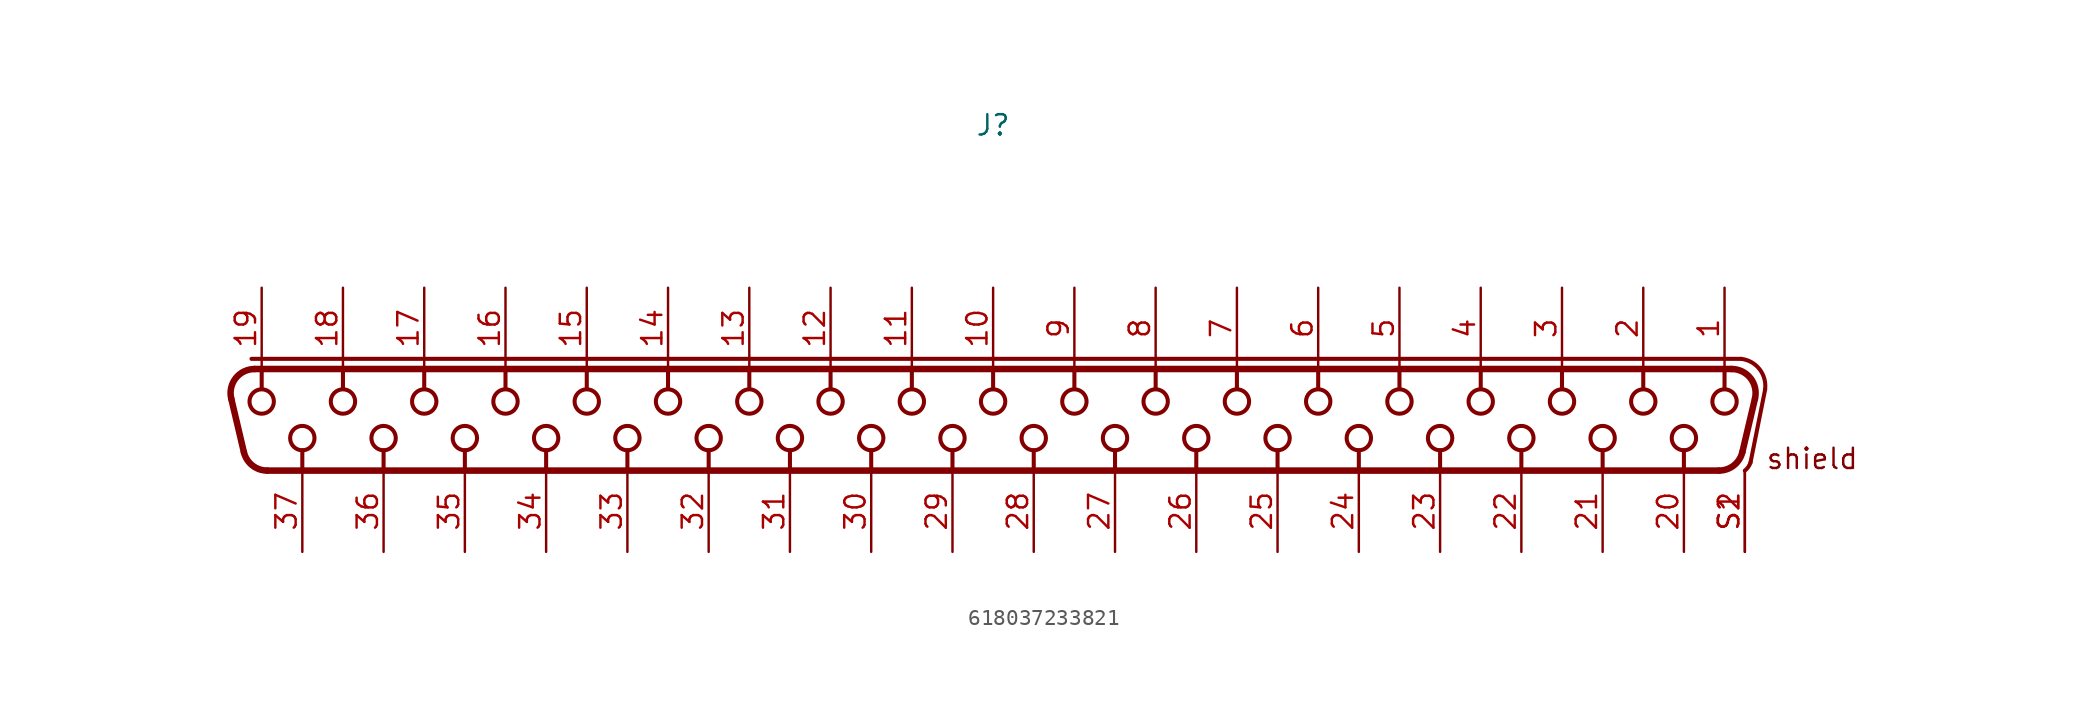
<source format=kicad_sym>
(kicad_symbol_lib
  (version 20241209)
  (generator "kicad_symbol_editor")
  (generator_version "9.0")
  (symbol "618037233821"
    (pin_names
      (hide yes))
    (property "Reference" "J"
      (at 0 17.78 0)
      (effects (font (size 1.27 1.27))))
    (symbol "618037233821_1_0"
      (polyline (pts (xy -46.833 -2.655) (xy -47.624 0.695)) (stroke (width 0.406) (type solid)) (fill (type none)))
      (polyline (pts (xy -46.355 3.175) (xy 46.76 3.175)) (stroke (width 0.254) (type solid)) (fill (type none)))
      (polyline (pts (xy -46.164 2.54) (xy 46.164 2.54)) (stroke (width 0.406) (type solid)) (fill (type none)))
      (arc (start -47.6242 0.695) (mid -47.3407 1.9707) (end -46.1643 2.54) (stroke (width 0.4064) (type solid)) (fill (type none)))
      (polyline (pts (xy -45.72 2.58) (xy -45.72 1.3)) (stroke (width 0.254) (type solid)) (fill (type none)))
      (circle (center -45.72 0.508) (radius 0.762) (stroke (width 0.254) (type solid)) (fill (type none)))
      (arc (start -45.373 -3.81) (mid -46.3038 -3.4862) (end -46.8328 -2.6547) (stroke (width 0.4064) (type solid)) (fill (type none)))
      (circle (center -43.18 -1.778) (radius 0.762) (stroke (width 0.254) (type solid)) (fill (type none)))
      (polyline (pts (xy -43.18 -2.54) (xy -43.18 -3.82)) (stroke (width 0.254) (type solid)) (fill (type none)))
      (polyline (pts (xy -40.64 2.58) (xy -40.64 1.3)) (stroke (width 0.254) (type solid)) (fill (type none)))
      (circle (center -40.64 0.508) (radius 0.762) (stroke (width 0.254) (type solid)) (fill (type none)))
      (circle (center -38.1 -1.778) (radius 0.762) (stroke (width 0.254) (type solid)) (fill (type none)))
      (polyline (pts (xy -38.1 -2.54) (xy -38.1 -3.82)) (stroke (width 0.254) (type solid)) (fill (type none)))
      (polyline (pts (xy -35.56 2.58) (xy -35.56 1.3)) (stroke (width 0.254) (type solid)) (fill (type none)))
      (circle (center -35.56 0.508) (radius 0.762) (stroke (width 0.254) (type solid)) (fill (type none)))
      (circle (center -33.02 -1.778) (radius 0.762) (stroke (width 0.254) (type solid)) (fill (type none)))
      (polyline (pts (xy -33.02 -2.54) (xy -33.02 -3.82)) (stroke (width 0.254) (type solid)) (fill (type none)))
      (polyline (pts (xy -30.48 2.58) (xy -30.48 1.3)) (stroke (width 0.254) (type solid)) (fill (type none)))
      (circle (center -30.48 0.508) (radius 0.762) (stroke (width 0.254) (type solid)) (fill (type none)))
      (circle (center -27.94 -1.778) (radius 0.762) (stroke (width 0.254) (type solid)) (fill (type none)))
      (polyline (pts (xy -27.94 -2.54) (xy -27.94 -3.82)) (stroke (width 0.254) (type solid)) (fill (type none)))
      (polyline (pts (xy -25.4 2.58) (xy -25.4 1.3)) (stroke (width 0.254) (type solid)) (fill (type none)))
      (circle (center -25.4 0.508) (radius 0.762) (stroke (width 0.254) (type solid)) (fill (type none)))
      (circle (center -22.86 -1.778) (radius 0.762) (stroke (width 0.254) (type solid)) (fill (type none)))
      (polyline (pts (xy -22.86 -2.54) (xy -22.86 -3.82)) (stroke (width 0.254) (type solid)) (fill (type none)))
      (polyline (pts (xy -20.32 2.58) (xy -20.32 1.3)) (stroke (width 0.254) (type solid)) (fill (type none)))
      (circle (center -20.32 0.508) (radius 0.762) (stroke (width 0.254) (type solid)) (fill (type none)))
      (circle (center -17.78 -1.778) (radius 0.762) (stroke (width 0.254) (type solid)) (fill (type none)))
      (polyline (pts (xy -17.78 -2.54) (xy -17.78 -3.82)) (stroke (width 0.254) (type solid)) (fill (type none)))
      (polyline (pts (xy -15.24 2.58) (xy -15.24 1.3)) (stroke (width 0.254) (type solid)) (fill (type none)))
      (circle (center -15.24 0.508) (radius 0.762) (stroke (width 0.254) (type solid)) (fill (type none)))
      (circle (center -12.7 -1.778) (radius 0.762) (stroke (width 0.254) (type solid)) (fill (type none)))
      (polyline (pts (xy -12.7 -2.54) (xy -12.7 -3.82)) (stroke (width 0.254) (type solid)) (fill (type none)))
      (polyline (pts (xy -10.16 2.58) (xy -10.16 1.3)) (stroke (width 0.254) (type solid)) (fill (type none)))
      (circle (center -10.16 0.508) (radius 0.762) (stroke (width 0.254) (type solid)) (fill (type none)))
      (circle (center -7.62 -1.778) (radius 0.762) (stroke (width 0.254) (type solid)) (fill (type none)))
      (polyline (pts (xy -7.62 -2.54) (xy -7.62 -3.82)) (stroke (width 0.254) (type solid)) (fill (type none)))
      (polyline (pts (xy -5.08 2.58) (xy -5.08 1.3)) (stroke (width 0.254) (type solid)) (fill (type none)))
      (circle (center -5.08 0.508) (radius 0.762) (stroke (width 0.254) (type solid)) (fill (type none)))
      (circle (center -2.54 -1.778) (radius 0.762) (stroke (width 0.254) (type solid)) (fill (type none)))
      (polyline (pts (xy -2.54 -2.54) (xy -2.54 -3.82)) (stroke (width 0.254) (type solid)) (fill (type none)))
      (polyline (pts (xy 0 2.58) (xy 0 1.3)) (stroke (width 0.254) (type solid)) (fill (type none)))
      (circle (center 0 0.508) (radius 0.762) (stroke (width 0.254) (type solid)) (fill (type none)))
      (circle (center 2.54 -1.778) (radius 0.762) (stroke (width 0.254) (type solid)) (fill (type none)))
      (polyline (pts (xy 2.54 -2.54) (xy 2.54 -3.82)) (stroke (width 0.254) (type solid)) (fill (type none)))
      (polyline (pts (xy 5.08 2.58) (xy 5.08 1.3)) (stroke (width 0.254) (type solid)) (fill (type none)))
      (circle (center 5.08 0.508) (radius 0.762) (stroke (width 0.254) (type solid)) (fill (type none)))
      (circle (center 7.62 -1.778) (radius 0.762) (stroke (width 0.254) (type solid)) (fill (type none)))
      (polyline (pts (xy 7.62 -2.54) (xy 7.62 -3.82)) (stroke (width 0.254) (type solid)) (fill (type none)))
      (polyline (pts (xy 10.16 2.58) (xy 10.16 1.3)) (stroke (width 0.254) (type solid)) (fill (type none)))
      (circle (center 10.16 0.508) (radius 0.762) (stroke (width 0.254) (type solid)) (fill (type none)))
      (circle (center 12.7 -1.778) (radius 0.762) (stroke (width 0.254) (type solid)) (fill (type none)))
      (polyline (pts (xy 12.7 -2.54) (xy 12.7 -3.82)) (stroke (width 0.254) (type solid)) (fill (type none)))
      (polyline (pts (xy 15.24 2.58) (xy 15.24 1.3)) (stroke (width 0.254) (type solid)) (fill (type none)))
      (circle (center 15.24 0.508) (radius 0.762) (stroke (width 0.254) (type solid)) (fill (type none)))
      (circle (center 17.78 -1.778) (radius 0.762) (stroke (width 0.254) (type solid)) (fill (type none)))
      (polyline (pts (xy 17.78 -2.54) (xy 17.78 -3.82)) (stroke (width 0.254) (type solid)) (fill (type none)))
      (polyline (pts (xy 20.32 2.58) (xy 20.32 1.3)) (stroke (width 0.254) (type solid)) (fill (type none)))
      (circle (center 20.32 0.508) (radius 0.762) (stroke (width 0.254) (type solid)) (fill (type none)))
      (circle (center 22.86 -1.778) (radius 0.762) (stroke (width 0.254) (type solid)) (fill (type none)))
      (polyline (pts (xy 22.86 -2.54) (xy 22.86 -3.82)) (stroke (width 0.254) (type solid)) (fill (type none)))
      (polyline (pts (xy 25.4 2.58) (xy 25.4 1.3)) (stroke (width 0.254) (type solid)) (fill (type none)))
      (circle (center 25.4 0.508) (radius 0.762) (stroke (width 0.254) (type solid)) (fill (type none)))
      (circle (center 27.94 -1.778) (radius 0.762) (stroke (width 0.254) (type solid)) (fill (type none)))
      (polyline (pts (xy 27.94 -2.54) (xy 27.94 -3.82)) (stroke (width 0.254) (type solid)) (fill (type none)))
      (polyline (pts (xy 30.48 2.58) (xy 30.48 1.3)) (stroke (width 0.254) (type solid)) (fill (type none)))
      (circle (center 30.48 0.508) (radius 0.762) (stroke (width 0.254) (type solid)) (fill (type none)))
      (circle (center 33.02 -1.778) (radius 0.762) (stroke (width 0.254) (type solid)) (fill (type none)))
      (polyline (pts (xy 33.02 -2.54) (xy 33.02 -3.82)) (stroke (width 0.254) (type solid)) (fill (type none)))
      (polyline (pts (xy 35.56 2.58) (xy 35.56 1.3)) (stroke (width 0.254) (type solid)) (fill (type none)))
      (circle (center 35.56 0.508) (radius 0.762) (stroke (width 0.254) (type solid)) (fill (type none)))
      (circle (center 38.1 -1.778) (radius 0.762) (stroke (width 0.254) (type solid)) (fill (type none)))
      (polyline (pts (xy 38.1 -2.54) (xy 38.1 -3.82)) (stroke (width 0.254) (type solid)) (fill (type none)))
      (polyline (pts (xy 40.64 2.58) (xy 40.64 1.3)) (stroke (width 0.254) (type solid)) (fill (type none)))
      (circle (center 40.64 0.508) (radius 0.762) (stroke (width 0.254) (type solid)) (fill (type none)))
      (circle (center 43.18 -1.778) (radius 0.762) (stroke (width 0.254) (type solid)) (fill (type none)))
      (polyline (pts (xy 43.18 -2.54) (xy 43.18 -3.82)) (stroke (width 0.254) (type solid)) (fill (type none)))
      (arc (start 46.8328 -2.6548) (mid 46.3037 -3.4863) (end 45.3729 -3.81) (stroke (width 0.4064) (type solid)) (fill (type none)))
      (polyline (pts (xy 45.373 -3.81) (xy -45.373 -3.81)) (stroke (width 0.406) (type solid)) (fill (type none)))
      (polyline (pts (xy 45.72 2.58) (xy 45.72 1.3)) (stroke (width 0.254) (type solid)) (fill (type none)))
      (circle (center 45.72 0.508) (radius 0.762) (stroke (width 0.254) (type solid)) (fill (type none)))
      (arc (start 46.1643 2.54) (mid 47.3407 1.9707) (end 47.6242 0.695) (stroke (width 0.4064) (type solid)) (fill (type none)))
      (arc (start 47.3439 -3.3037) (mid 47.2048 -3.5833) (end 46.99 -3.81) (stroke (width 0.254) (type solid)) (fill (type none)))
      (arc (start 46.76 3.175) (mid 47.9064 2.5346) (end 48.26 1.27) (stroke (width 0.254) (type solid)) (fill (type none)))
      (polyline (pts (xy 47.344 -3.304) (xy 48.26 1.27)) (stroke (width 0.254) (type solid)) (fill (type none)))
      (polyline (pts (xy 47.624 0.695) (xy 46.833 -2.655)) (stroke (width 0.406) (type solid)) (fill (type none)))
      (pin passive line (at -45.72 7.62 270) (length 5.08) (name "19" (effects (font (size 1.27 1.27)))) (number "19" (effects (font (size 1.27 1.27)))))
      (pin passive line (at -43.18 -8.89 90) (length 5.08) (name "37" (effects (font (size 1.27 1.27)))) (number "37" (effects (font (size 1.27 1.27)))))
      (pin passive line (at -40.64 7.62 270) (length 5.08) (name "18" (effects (font (size 1.27 1.27)))) (number "18" (effects (font (size 1.27 1.27)))))
      (pin passive line (at -38.1 -8.89 90) (length 5.08) (name "36" (effects (font (size 1.27 1.27)))) (number "36" (effects (font (size 1.27 1.27)))))
      (pin passive line (at -35.56 7.62 270) (length 5.08) (name "17" (effects (font (size 1.27 1.27)))) (number "17" (effects (font (size 1.27 1.27)))))
      (pin passive line (at -33.02 -8.89 90) (length 5.08) (name "35" (effects (font (size 1.27 1.27)))) (number "35" (effects (font (size 1.27 1.27)))))
      (pin passive line (at -30.48 7.62 270) (length 5.08) (name "16" (effects (font (size 1.27 1.27)))) (number "16" (effects (font (size 1.27 1.27)))))
      (pin passive line (at -27.94 -8.89 90) (length 5.08) (name "34" (effects (font (size 1.27 1.27)))) (number "34" (effects (font (size 1.27 1.27)))))
      (pin passive line (at -25.4 7.62 270) (length 5.08) (name "15" (effects (font (size 1.27 1.27)))) (number "15" (effects (font (size 1.27 1.27)))))
      (pin passive line (at -22.86 -8.89 90) (length 5.08) (name "33" (effects (font (size 1.27 1.27)))) (number "33" (effects (font (size 1.27 1.27)))))
      (pin passive line (at -20.32 7.62 270) (length 5.08) (name "14" (effects (font (size 1.27 1.27)))) (number "14" (effects (font (size 1.27 1.27)))))
      (pin passive line (at -17.78 -8.89 90) (length 5.08) (name "32" (effects (font (size 1.27 1.27)))) (number "32" (effects (font (size 1.27 1.27)))))
      (pin passive line (at -15.24 7.62 270) (length 5.08) (name "13" (effects (font (size 1.27 1.27)))) (number "13" (effects (font (size 1.27 1.27)))))
      (pin passive line (at -12.7 -8.89 90) (length 5.08) (name "31" (effects (font (size 1.27 1.27)))) (number "31" (effects (font (size 1.27 1.27)))))
      (pin passive line (at -10.16 7.62 270) (length 5.08) (name "12" (effects (font (size 1.27 1.27)))) (number "12" (effects (font (size 1.27 1.27)))))
      (pin passive line (at -7.62 -8.89 90) (length 5.08) (name "30" (effects (font (size 1.27 1.27)))) (number "30" (effects (font (size 1.27 1.27)))))
      (pin passive line (at -5.08 7.62 270) (length 5.08) (name "11" (effects (font (size 1.27 1.27)))) (number "11" (effects (font (size 1.27 1.27)))))
      (pin passive line (at -2.54 -8.89 90) (length 5.08) (name "29" (effects (font (size 1.27 1.27)))) (number "29" (effects (font (size 1.27 1.27)))))
      (pin passive line (at 0 7.62 270) (length 5.08) (name "10" (effects (font (size 1.27 1.27)))) (number "10" (effects (font (size 1.27 1.27)))))
      (pin passive line (at 2.54 -8.89 90) (length 5.08) (name "28" (effects (font (size 1.27 1.27)))) (number "28" (effects (font (size 1.27 1.27)))))
      (pin passive line (at 5.08 7.62 270) (length 5.08) (name "9" (effects (font (size 1.27 1.27)))) (number "9" (effects (font (size 1.27 1.27)))))
      (pin passive line (at 7.62 -8.89 90) (length 5.08) (name "27" (effects (font (size 1.27 1.27)))) (number "27" (effects (font (size 1.27 1.27)))))
      (pin passive line (at 10.16 7.62 270) (length 5.08) (name "8" (effects (font (size 1.27 1.27)))) (number "8" (effects (font (size 1.27 1.27)))))
      (pin passive line (at 12.7 -8.89 90) (length 5.08) (name "26" (effects (font (size 1.27 1.27)))) (number "26" (effects (font (size 1.27 1.27)))))
      (pin passive line (at 15.24 7.62 270) (length 5.08) (name "7" (effects (font (size 1.27 1.27)))) (number "7" (effects (font (size 1.27 1.27)))))
      (pin passive line (at 17.78 -8.89 90) (length 5.08) (name "25" (effects (font (size 1.27 1.27)))) (number "25" (effects (font (size 1.27 1.27)))))
      (pin passive line (at 20.32 7.62 270) (length 5.08) (name "6" (effects (font (size 1.27 1.27)))) (number "6" (effects (font (size 1.27 1.27)))))
      (pin passive line (at 22.86 -8.89 90) (length 5.08) (name "24" (effects (font (size 1.27 1.27)))) (number "24" (effects (font (size 1.27 1.27)))))
      (pin passive line (at 25.4 7.62 270) (length 5.08) (name "5" (effects (font (size 1.27 1.27)))) (number "5" (effects (font (size 1.27 1.27)))))
      (pin passive line (at 27.94 -8.89 90) (length 5.08) (name "23" (effects (font (size 1.27 1.27)))) (number "23" (effects (font (size 1.27 1.27)))))
      (pin passive line (at 30.48 7.62 270) (length 5.08) (name "4" (effects (font (size 1.27 1.27)))) (number "4" (effects (font (size 1.27 1.27)))))
      (pin passive line (at 33.02 -8.89 90) (length 5.08) (name "22" (effects (font (size 1.27 1.27)))) (number "22" (effects (font (size 1.27 1.27)))))
      (pin passive line (at 35.56 7.62 270) (length 5.08) (name "3" (effects (font (size 1.27 1.27)))) (number "3" (effects (font (size 1.27 1.27)))))
      (pin passive line (at 38.1 -8.89 90) (length 5.08) (name "21" (effects (font (size 1.27 1.27)))) (number "21" (effects (font (size 1.27 1.27)))))
      (pin passive line (at 40.64 7.62 270) (length 5.08) (name "2" (effects (font (size 1.27 1.27)))) (number "2" (effects (font (size 1.27 1.27)))))
      (pin passive line (at 43.18 -8.89 90) (length 5.08) (name "20" (effects (font (size 1.27 1.27)))) (number "20" (effects (font (size 1.27 1.27)))))
      (pin passive line (at 45.72 7.62 270) (length 5.08) (name "1" (effects (font (size 1.27 1.27)))) (number "1" (effects (font (size 1.27 1.27)))))
      (pin passive line (at 46.99 -8.89 90) (length 5.08) (name "SHIELD" (effects (font (size 1.27 1.27)))) (number "S1" (effects (font (size 1.27 1.27)))))
      (pin passive line (at 46.99 -8.89 90) (length 5.08) (name "SHIELD" (effects (font (size 1.27 1.27)))) (number "S2" (effects (font (size 1.27 1.27))))))
    (symbol "618037233821_1_1"
      (text "shield" (at 48.26 -3.81 0) (effects (font (size 1.27 1.27)) (justify left bottom))))))
</source>
